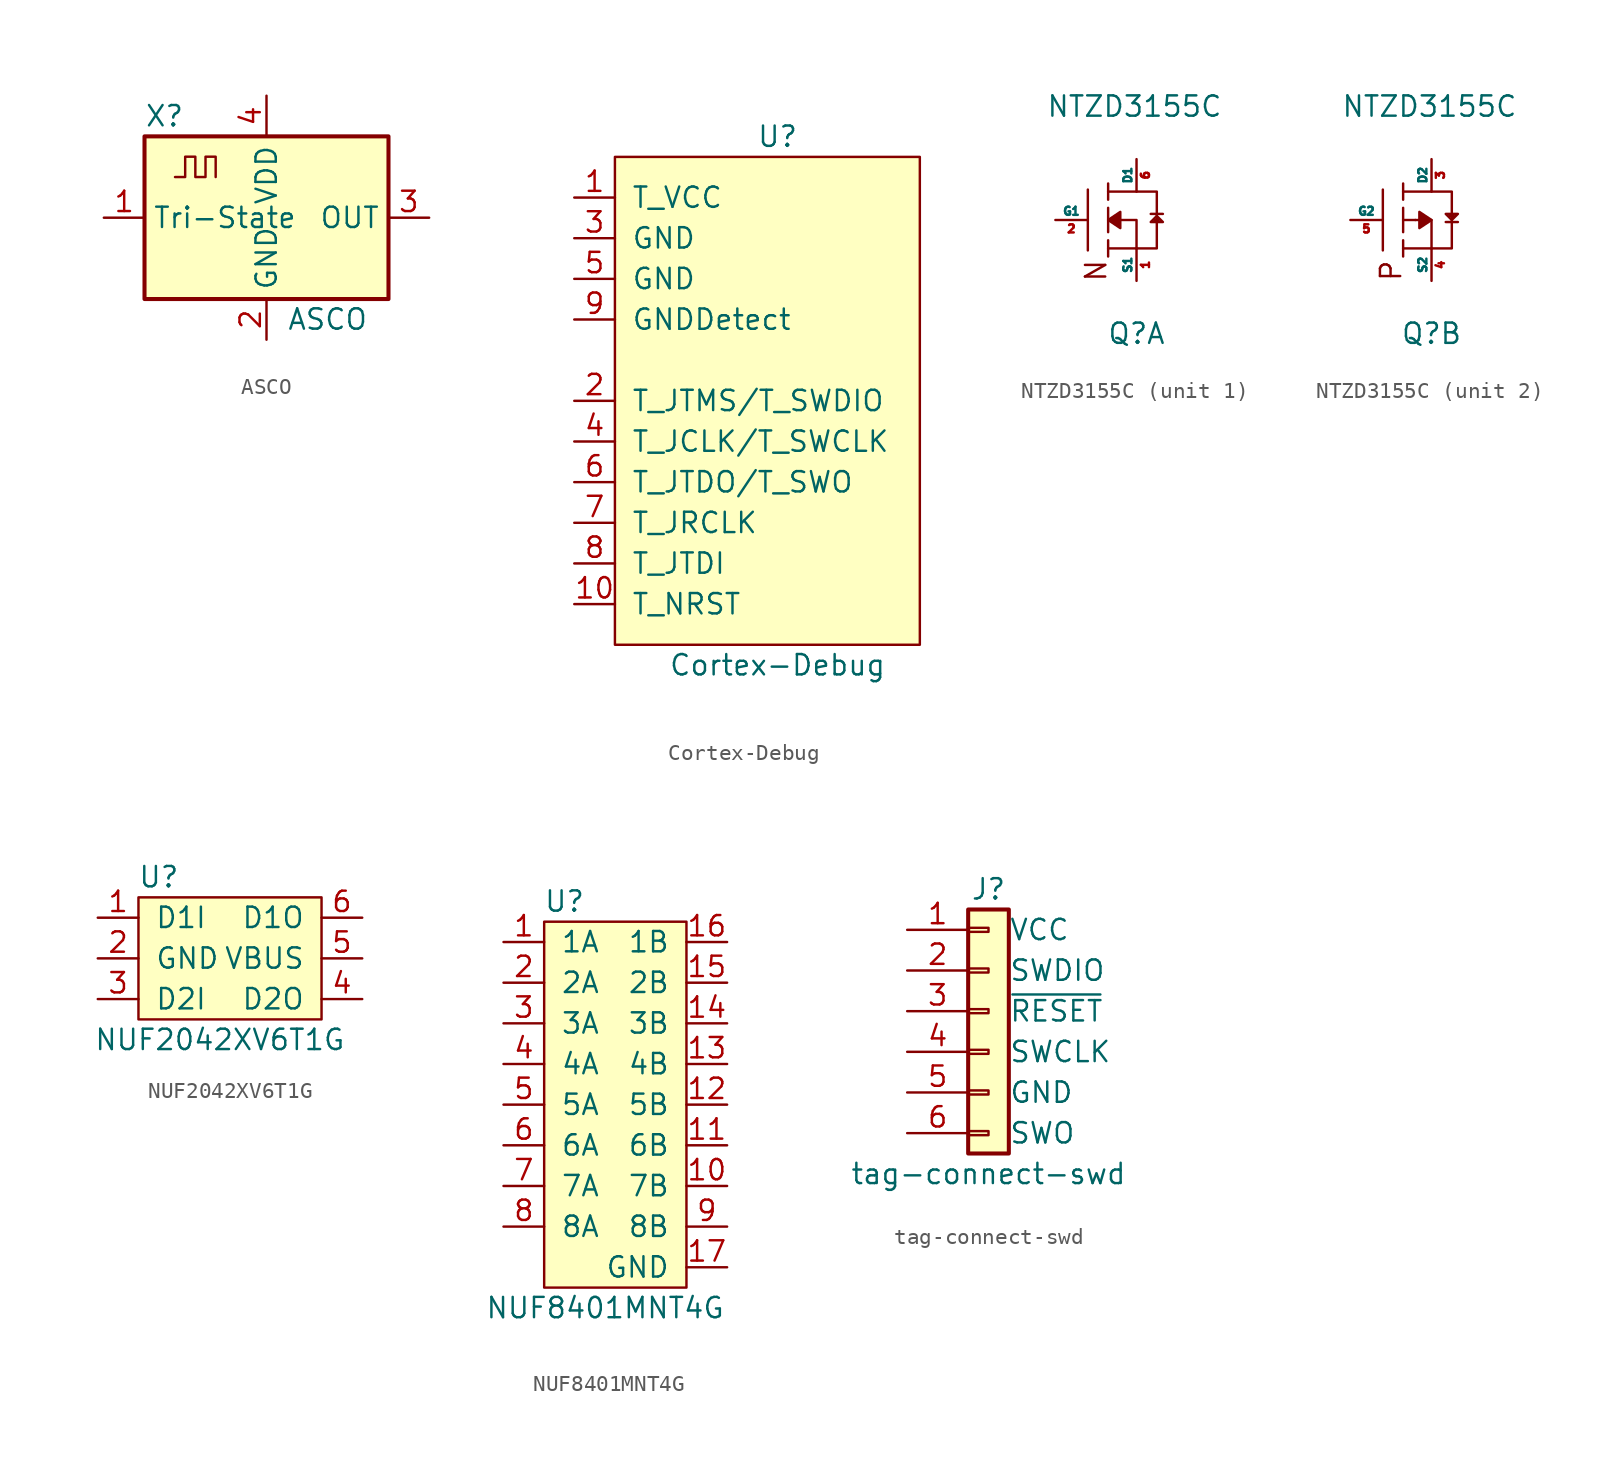
<source format=kicad_sym>
(kicad_symbol_lib
  (version 20231120)
  (generator "kicad_symbol_editor")
  (generator_version "8.0")
  (symbol "ASCO"
    (property "Reference" "X"
      (at -7.62 6.35 0)
      (effects (font (size 1.27 1.27)) (justify left)))
    (property "Value" "ASCO"
      (at 1.27 -6.35 0)
      (effects (font (size 1.27 1.27)) (justify left)))
    (symbol "ASCO_0_1"
      (rectangle (start -7.62 5.08) (end 7.62 -5.08) (stroke (width 0.254) (type default)) (fill (type background)))
      (polyline (pts (xy -5.715 2.54) (xy -5.08 2.54) (xy -5.08 3.81) (xy -4.445 3.81) (xy -4.445 2.54) (xy -3.81 2.54) (xy -3.81 3.81) (xy -3.175 3.81) (xy -3.175 2.54)) (stroke (width 0) (type default)) (fill (type none))))
    (symbol "ASCO_1_1"
      (pin input line (at -10.16 0 0) (length 2.54) (name "Tri-State" (effects (font (size 1.27 1.27)))) (number "1" (effects (font (size 1.27 1.27)))))
      (pin power_in line (at 0 -7.62 90) (length 2.54) (name "GND" (effects (font (size 1.27 1.27)))) (number "2" (effects (font (size 1.27 1.27)))))
      (pin output line (at 10.16 0 180) (length 2.54) (name "OUT" (effects (font (size 1.27 1.27)))) (number "3" (effects (font (size 1.27 1.27)))))
      (pin power_in line (at 0 7.62 270) (length 2.54) (name "VDD" (effects (font (size 1.27 1.27)))) (number "4" (effects (font (size 1.27 1.27)))))))
  (symbol "Cortex-Debug"
    (pin_names
      (offset 1.016))
    (property "Reference" "U"
      (at 10.16 1.27 0)
      (effects (font (size 1.27 1.27))))
    (property "Value" "Cortex-Debug"
      (at 10.16 -31.75 0)
      (effects (font (size 1.27 1.27))))
    (symbol "Cortex-Debug_0_1"
      (rectangle (start 0 0) (end 19.05 -30.48) (stroke (width 0) (type default)) (fill (type background))))
    (symbol "Cortex-Debug_1_1"
      (pin passive line (at -2.54 -2.54 0) (length 2.54) (name "T_VCC" (effects (font (size 1.27 1.27)))) (number "1" (effects (font (size 1.27 1.27)))))
      (pin output line (at -2.54 -27.94 0) (length 2.54) (name "T_NRST" (effects (font (size 1.27 1.27)))) (number "10" (effects (font (size 1.27 1.27)))))
      (pin bidirectional line (at -2.54 -15.24 0) (length 2.54) (name "T_JTMS/T_SWDIO" (effects (font (size 1.27 1.27)))) (number "2" (effects (font (size 1.27 1.27)))))
      (pin power_in line (at -2.54 -5.08 0) (length 2.54) (name "GND" (effects (font (size 1.27 1.27)))) (number "3" (effects (font (size 1.27 1.27)))))
      (pin input line (at -2.54 -17.78 0) (length 2.54) (name "T_JCLK/T_SWCLK" (effects (font (size 1.27 1.27)))) (number "4" (effects (font (size 1.27 1.27)))))
      (pin power_in line (at -2.54 -7.62 0) (length 2.54) (name "GND" (effects (font (size 1.27 1.27)))) (number "5" (effects (font (size 1.27 1.27)))))
      (pin output line (at -2.54 -20.32 0) (length 2.54) (name "T_JTDO/T_SWO" (effects (font (size 1.27 1.27)))) (number "6" (effects (font (size 1.27 1.27)))))
      (pin input line (at -2.54 -22.86 0) (length 2.54) (name "T_JRCLK" (effects (font (size 1.27 1.27)))) (number "7" (effects (font (size 1.27 1.27)))))
      (pin input line (at -2.54 -25.4 0) (length 2.54) (name "T_JTDI" (effects (font (size 1.27 1.27)))) (number "8" (effects (font (size 1.27 1.27)))))
      (pin passive line (at -2.54 -10.16 0) (length 2.54) (name "GNDDetect" (effects (font (size 1.27 1.27)))) (number "9" (effects (font (size 1.27 1.27)))))))
  (symbol "NTZD3155C"
    (pin_names
      (offset 0))
    (property "Reference" "Q"
      (at 0 -7.112 0)
      (effects (font (size 1.27 1.27))))
    (property "Value" "NTZD3155C"
      (at -0.127 7.112 0)
      (effects (font (size 1.27 1.27))))
    (symbol "NTZD3155C_0_1"
      (polyline (pts (xy -3.048 1.905) (xy -3.048 -1.905)) (stroke (width 0) (type default)) (fill (type none)))
      (polyline (pts (xy -1.778 -1.27) (xy -1.778 -2.286)) (stroke (width 0) (type default)) (fill (type none)))
      (polyline (pts (xy -1.778 0.762) (xy -1.778 -0.762)) (stroke (width 0) (type default)) (fill (type none)))
      (polyline (pts (xy -1.778 1.27) (xy -1.778 2.286)) (stroke (width 0) (type default)) (fill (type none)))
      (polyline (pts (xy 0 -1.778) (xy -1.778 -1.778)) (stroke (width 0) (type default)) (fill (type none)))
      (polyline (pts (xy 0 1.778) (xy -1.778 1.778)) (stroke (width 0) (type default)) (fill (type none)))
      (polyline (pts (xy -1.016 0) (xy 0 0) (xy 0 -1.778)) (stroke (width 0) (type default)) (fill (type none)))
      (polyline (pts (xy 0 1.778) (xy 1.27 1.778) (xy 1.27 -1.778) (xy 0 -1.778)) (stroke (width 0) (type default)) (fill (type none))))
    (symbol "NTZD3155C_1_1"
      (polyline (pts (xy 1.143 0) (xy 1.397 0)) (stroke (width 0) (type default)) (fill (type none)))
      (polyline (pts (xy 1.651 0.381) (xy 0.889 0.381)) (stroke (width 0) (type default)) (fill (type none)))
      (polyline (pts (xy -1.778 0) (xy -1.016 0.508) (xy -1.016 -0.508) (xy -1.778 0)) (stroke (width 0) (type default)) (fill (type outline)))
      (polyline (pts (xy 1.27 0.254) (xy 1.651 -0.127) (xy 0.889 -0.127) (xy 1.27 0.254)) (stroke (width 0) (type default)) (fill (type none)))
      (text "N" (at -2.54 -3.175 900) (effects (font (size 1.27 1.27))))
      (pin passive line (at 0 -3.81 90) (length 2.007) (name "S1" (effects (font (size 0.508 0.508)))) (number "1" (effects (font (size 0.508 0.508)))))
      (pin input line (at -5.08 0 0) (length 2.007) (name "G1" (effects (font (size 0.508 0.508)))) (number "2" (effects (font (size 0.508 0.508)))))
      (pin passive line (at 0 3.81 270) (length 2.007) (name "D1" (effects (font (size 0.508 0.508)))) (number "6" (effects (font (size 0.508 0.508))))))
    (symbol "NTZD3155C_2_1"
      (polyline (pts (xy -1.016 0) (xy -1.778 0)) (stroke (width 0) (type default)) (fill (type none)))
      (polyline (pts (xy 0.889 -0.127) (xy 1.651 -0.127)) (stroke (width 0) (type default)) (fill (type none)))
      (polyline (pts (xy 1.397 0.254) (xy 1.143 0.254)) (stroke (width 0) (type default)) (fill (type none)))
      (polyline (pts (xy 0 0) (xy -0.762 0.508) (xy -0.762 -0.508) (xy 0 0)) (stroke (width 0) (type default)) (fill (type outline)))
      (polyline (pts (xy 1.27 0) (xy 0.889 0.381) (xy 1.651 0.381) (xy 1.27 0)) (stroke (width 0) (type default)) (fill (type none)))
      (text "P" (at -2.54 -3.175 900) (effects (font (size 1.27 1.27))))
      (pin passive line (at 0 3.81 270) (length 2.007) (name "D2" (effects (font (size 0.508 0.508)))) (number "3" (effects (font (size 0.508 0.508)))))
      (pin passive line (at 0 -3.81 90) (length 2.007) (name "S2" (effects (font (size 0.508 0.508)))) (number "4" (effects (font (size 0.508 0.508)))))
      (pin input line (at -5.08 0 0) (length 2.007) (name "G2" (effects (font (size 0.508 0.508)))) (number "5" (effects (font (size 0.508 0.508)))))))
  (symbol "NUF2042XV6T1G"
    (pin_names
      (offset 1.016))
    (property "Reference" "U"
      (at -3.81 5.08 0)
      (effects (font (size 1.27 1.27))))
    (property "Value" "NUF2042XV6T1G"
      (at 0 -5.08 0)
      (effects (font (size 1.27 1.27))))
    (symbol "NUF2042XV6T1G_0_1"
      (rectangle (start 6.35 -3.81) (end -5.08 3.81) (stroke (width 0) (type default)) (fill (type background))))
    (symbol "NUF2042XV6T1G_1_1"
      (pin bidirectional line (at -7.62 2.54 0) (length 2.54) (name "D1I" (effects (font (size 1.27 1.27)))) (number "1" (effects (font (size 1.27 1.27)))))
      (pin power_in line (at -7.62 0 0) (length 2.54) (name "GND" (effects (font (size 1.27 1.27)))) (number "2" (effects (font (size 1.27 1.27)))))
      (pin bidirectional line (at -7.62 -2.54 0) (length 2.54) (name "D2I" (effects (font (size 1.27 1.27)))) (number "3" (effects (font (size 1.27 1.27)))))
      (pin bidirectional line (at 8.89 -2.54 180) (length 2.54) (name "D2O" (effects (font (size 1.27 1.27)))) (number "4" (effects (font (size 1.27 1.27)))))
      (pin power_in line (at 8.89 0 180) (length 2.54) (name "VBUS" (effects (font (size 1.27 1.27)))) (number "5" (effects (font (size 1.27 1.27)))))
      (pin bidirectional line (at 8.89 2.54 180) (length 2.54) (name "D1O" (effects (font (size 1.27 1.27)))) (number "6" (effects (font (size 1.27 1.27)))))))
  (symbol "NUF8401MNT4G"
    (pin_names
      (offset 1.016))
    (property "Reference" "U"
      (at 1.27 1.27 0)
      (effects (font (size 1.27 1.27))))
    (property "Value" "NUF8401MNT4G"
      (at 3.81 -24.13 0)
      (effects (font (size 1.27 1.27))))
    (symbol "NUF8401MNT4G_0_1"
      (rectangle (start 0 0) (end 8.89 -22.86) (stroke (width 0) (type default)) (fill (type background))))
    (symbol "NUF8401MNT4G_1_1"
      (pin bidirectional line (at -2.54 -1.27 0) (length 2.54) (name "1A" (effects (font (size 1.27 1.27)))) (number "1" (effects (font (size 1.27 1.27)))))
      (pin bidirectional line (at 11.43 -16.51 180) (length 2.54) (name "7B" (effects (font (size 1.27 1.27)))) (number "10" (effects (font (size 1.27 1.27)))))
      (pin bidirectional line (at 11.43 -13.97 180) (length 2.54) (name "6B" (effects (font (size 1.27 1.27)))) (number "11" (effects (font (size 1.27 1.27)))))
      (pin bidirectional line (at 11.43 -11.43 180) (length 2.54) (name "5B" (effects (font (size 1.27 1.27)))) (number "12" (effects (font (size 1.27 1.27)))))
      (pin bidirectional line (at 11.43 -8.89 180) (length 2.54) (name "4B" (effects (font (size 1.27 1.27)))) (number "13" (effects (font (size 1.27 1.27)))))
      (pin bidirectional line (at 11.43 -6.35 180) (length 2.54) (name "3B" (effects (font (size 1.27 1.27)))) (number "14" (effects (font (size 1.27 1.27)))))
      (pin bidirectional line (at 11.43 -3.81 180) (length 2.54) (name "2B" (effects (font (size 1.27 1.27)))) (number "15" (effects (font (size 1.27 1.27)))))
      (pin bidirectional line (at 11.43 -1.27 180) (length 2.54) (name "1B" (effects (font (size 1.27 1.27)))) (number "16" (effects (font (size 1.27 1.27)))))
      (pin power_in line (at 11.43 -21.59 180) (length 2.54) (name "GND" (effects (font (size 1.27 1.27)))) (number "17" (effects (font (size 1.27 1.27)))))
      (pin bidirectional line (at -2.54 -3.81 0) (length 2.54) (name "2A" (effects (font (size 1.27 1.27)))) (number "2" (effects (font (size 1.27 1.27)))))
      (pin bidirectional line (at -2.54 -6.35 0) (length 2.54) (name "3A" (effects (font (size 1.27 1.27)))) (number "3" (effects (font (size 1.27 1.27)))))
      (pin bidirectional line (at -2.54 -8.89 0) (length 2.54) (name "4A" (effects (font (size 1.27 1.27)))) (number "4" (effects (font (size 1.27 1.27)))))
      (pin bidirectional line (at -2.54 -11.43 0) (length 2.54) (name "5A" (effects (font (size 1.27 1.27)))) (number "5" (effects (font (size 1.27 1.27)))))
      (pin bidirectional line (at -2.54 -13.97 0) (length 2.54) (name "6A" (effects (font (size 1.27 1.27)))) (number "6" (effects (font (size 1.27 1.27)))))
      (pin bidirectional line (at -2.54 -16.51 0) (length 2.54) (name "7A" (effects (font (size 1.27 1.27)))) (number "7" (effects (font (size 1.27 1.27)))))
      (pin bidirectional line (at -2.54 -19.05 0) (length 2.54) (name "8A" (effects (font (size 1.27 1.27)))) (number "8" (effects (font (size 1.27 1.27)))))
      (pin bidirectional line (at 11.43 -19.05 180) (length 2.54) (name "8B" (effects (font (size 1.27 1.27)))) (number "9" (effects (font (size 1.27 1.27)))))))
  (symbol "tag-connect-swd"
    (pin_names
      (offset 2.54))
    (property "Reference" "J"
      (at 0 7.62 0)
      (effects (font (size 1.27 1.27))))
    (property "Value" "tag-connect-swd"
      (at 0 -10.16 0)
      (effects (font (size 1.27 1.27))))
    (symbol "tag-connect-swd_1_1"
      (rectangle (start -1.27 -7.493) (end 0 -7.747) (stroke (width 0.152) (type default)) (fill (type none)))
      (rectangle (start -1.27 -4.953) (end 0 -5.207) (stroke (width 0.152) (type default)) (fill (type none)))
      (rectangle (start -1.27 -2.413) (end 0 -2.667) (stroke (width 0.152) (type default)) (fill (type none)))
      (rectangle (start -1.27 0.127) (end 0 -0.127) (stroke (width 0.152) (type default)) (fill (type none)))
      (rectangle (start -1.27 2.667) (end 0 2.413) (stroke (width 0.152) (type default)) (fill (type none)))
      (rectangle (start -1.27 5.207) (end 0 4.953) (stroke (width 0.152) (type default)) (fill (type none)))
      (rectangle (start -1.27 6.35) (end 1.27 -8.89) (stroke (width 0.254) (type default)) (fill (type background)))
      (pin passive line (at -5.08 5.08 0) (length 3.81) (name "VCC" (effects (font (size 1.27 1.27)))) (number "1" (effects (font (size 1.27 1.27)))))
      (pin passive line (at -5.08 2.54 0) (length 3.81) (name "SWDIO" (effects (font (size 1.27 1.27)))) (number "2" (effects (font (size 1.27 1.27)))))
      (pin passive line (at -5.08 0 0) (length 3.81) (name "~{RESET}" (effects (font (size 1.27 1.27)))) (number "3" (effects (font (size 1.27 1.27)))))
      (pin passive line (at -5.08 -2.54 0) (length 3.81) (name "SWCLK" (effects (font (size 1.27 1.27)))) (number "4" (effects (font (size 1.27 1.27)))))
      (pin passive line (at -5.08 -5.08 0) (length 3.81) (name "GND" (effects (font (size 1.27 1.27)))) (number "5" (effects (font (size 1.27 1.27)))))
      (pin passive line (at -5.08 -7.62 0) (length 3.81) (name "SWO" (effects (font (size 1.27 1.27)))) (number "6" (effects (font (size 1.27 1.27))))))))
</source>
